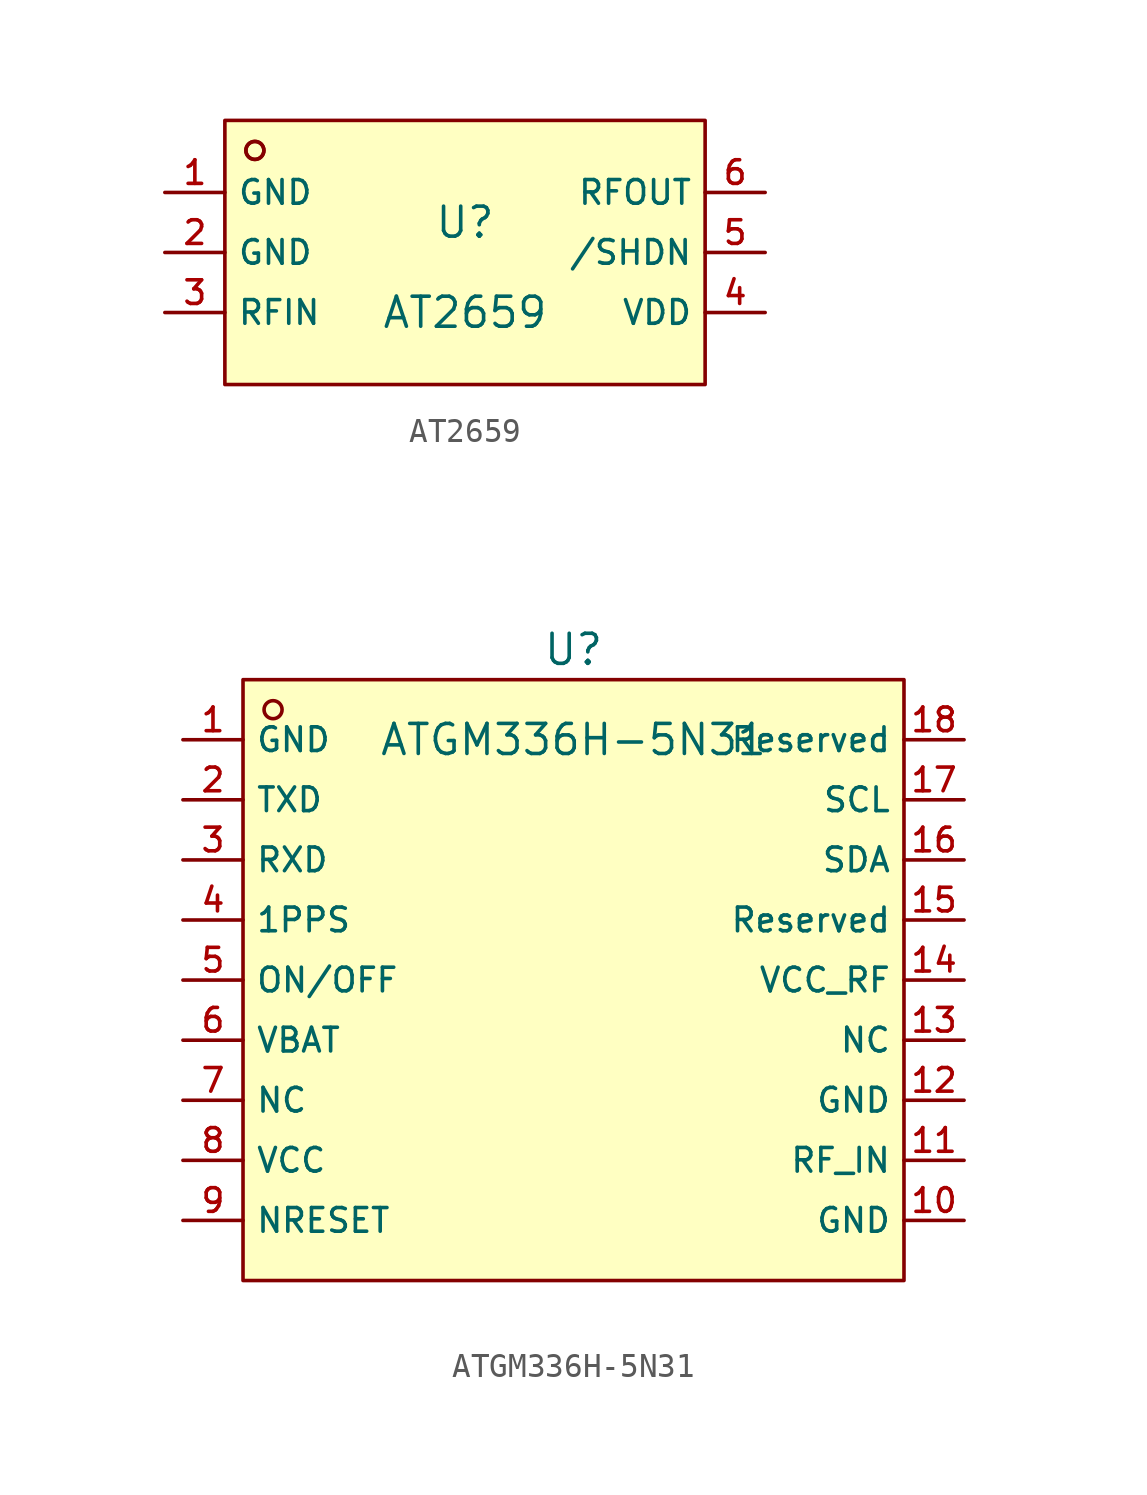
<source format=kicad_sym>
(kicad_symbol_lib
  (version 20211014)
  (generator kicad_symbol_editor)
  (symbol "AT2659"
    (property "Reference" "U"
      (at 0 1.27 0)
      (effects (font (size 1.27 1.27))))
    (property "Value" "AT2659"
      (at 0 -2.54 0)
      (effects (font (size 1.27 1.27))))
    (symbol "AT2659_0_1"
      (rectangle (start -10.16 5.588) (end 10.16 -5.588) (stroke (width 0) (type default) (color 0 0 0 0)) (fill (type background)))
      (circle (center -8.89 4.318) (radius 0.381) (stroke (width 0) (type default) (color 0 0 0 0)) (fill (type background)))
      (circle (center -8.89 4.318) (radius 0.381) (stroke (width 0) (type default) (color 0 0 0 0)) (fill (type background)))
      (pin unspecified line (at -12.7 2.54 0) (length 2.54) (name "GND" (effects (font (size 1 1)))) (number "1" (effects (font (size 1 1)))))
      (pin unspecified line (at -12.7 0 0) (length 2.54) (name "GND" (effects (font (size 1 1)))) (number "2" (effects (font (size 1 1)))))
      (pin unspecified line (at -12.7 -2.54 0) (length 2.54) (name "RFIN" (effects (font (size 1 1)))) (number "3" (effects (font (size 1 1)))))
      (pin unspecified line (at 12.7 -2.54 180) (length 2.54) (name "VDD" (effects (font (size 1 1)))) (number "4" (effects (font (size 1 1)))))
      (pin unspecified line (at 12.7 0 180) (length 2.54) (name "/SHDN" (effects (font (size 1 1)))) (number "5" (effects (font (size 1 1)))))
      (pin unspecified line (at 12.7 2.54 180) (length 2.54) (name "RFOUT" (effects (font (size 1 1)))) (number "6" (effects (font (size 1 1)))))))
  (symbol "ATGM336H-5N31"
    (property "Reference" "U"
      (at 0 1.27 0)
      (effects (font (size 1.27 1.27))))
    (property "Value" "ATGM336H-5N31"
      (at 0 -2.54 0)
      (effects (font (size 1.27 1.27))))
    (symbol "ATGM336H-5N31_0_1"
      (rectangle (start -13.97 0) (end 13.97 -25.4) (stroke (width 0) (type default) (color 0 0 0 0)) (fill (type background)))
      (circle (center -12.7 -1.27) (radius 0.381) (stroke (width 0) (type default) (color 0 0 0 0)) (fill (type background)))
      (pin unspecified line (at -16.51 -2.54 0) (length 2.54) (name "GND" (effects (font (size 1 1)))) (number "1" (effects (font (size 1 1)))))
      (pin unspecified line (at 16.51 -22.86 180) (length 2.54) (name "GND" (effects (font (size 1 1)))) (number "10" (effects (font (size 1 1)))))
      (pin unspecified line (at 16.51 -20.32 180) (length 2.54) (name "RF_IN" (effects (font (size 1 1)))) (number "11" (effects (font (size 1 1)))))
      (pin unspecified line (at 16.51 -17.78 180) (length 2.54) (name "GND" (effects (font (size 1 1)))) (number "12" (effects (font (size 1 1)))))
      (pin unspecified line (at 16.51 -15.24 180) (length 2.54) (name "NC" (effects (font (size 1 1)))) (number "13" (effects (font (size 1 1)))))
      (pin unspecified line (at 16.51 -12.7 180) (length 2.54) (name "VCC_RF" (effects (font (size 1 1)))) (number "14" (effects (font (size 1 1)))))
      (pin unspecified line (at 16.51 -10.16 180) (length 2.54) (name "Reserved" (effects (font (size 1 1)))) (number "15" (effects (font (size 1 1)))))
      (pin unspecified line (at 16.51 -7.62 180) (length 2.54) (name "SDA" (effects (font (size 1 1)))) (number "16" (effects (font (size 1 1)))))
      (pin unspecified line (at 16.51 -5.08 180) (length 2.54) (name "SCL" (effects (font (size 1 1)))) (number "17" (effects (font (size 1 1)))))
      (pin unspecified line (at 16.51 -2.54 180) (length 2.54) (name "Reserved" (effects (font (size 1 1)))) (number "18" (effects (font (size 1 1)))))
      (pin unspecified line (at -16.51 -5.08 0) (length 2.54) (name "TXD" (effects (font (size 1 1)))) (number "2" (effects (font (size 1 1)))))
      (pin unspecified line (at -16.51 -7.62 0) (length 2.54) (name "RXD" (effects (font (size 1 1)))) (number "3" (effects (font (size 1 1)))))
      (pin unspecified line (at -16.51 -10.16 0) (length 2.54) (name "1PPS" (effects (font (size 1 1)))) (number "4" (effects (font (size 1 1)))))
      (pin unspecified line (at -16.51 -12.7 0) (length 2.54) (name "ON/OFF" (effects (font (size 1 1)))) (number "5" (effects (font (size 1 1)))))
      (pin unspecified line (at -16.51 -15.24 0) (length 2.54) (name "VBAT" (effects (font (size 1 1)))) (number "6" (effects (font (size 1 1)))))
      (pin unspecified line (at -16.51 -17.78 0) (length 2.54) (name "NC" (effects (font (size 1 1)))) (number "7" (effects (font (size 1 1)))))
      (pin unspecified line (at -16.51 -20.32 0) (length 2.54) (name "VCC" (effects (font (size 1 1)))) (number "8" (effects (font (size 1 1)))))
      (pin unspecified line (at -16.51 -22.86 0) (length 2.54) (name "NRESET" (effects (font (size 1 1)))) (number "9" (effects (font (size 1 1))))))))
</source>
